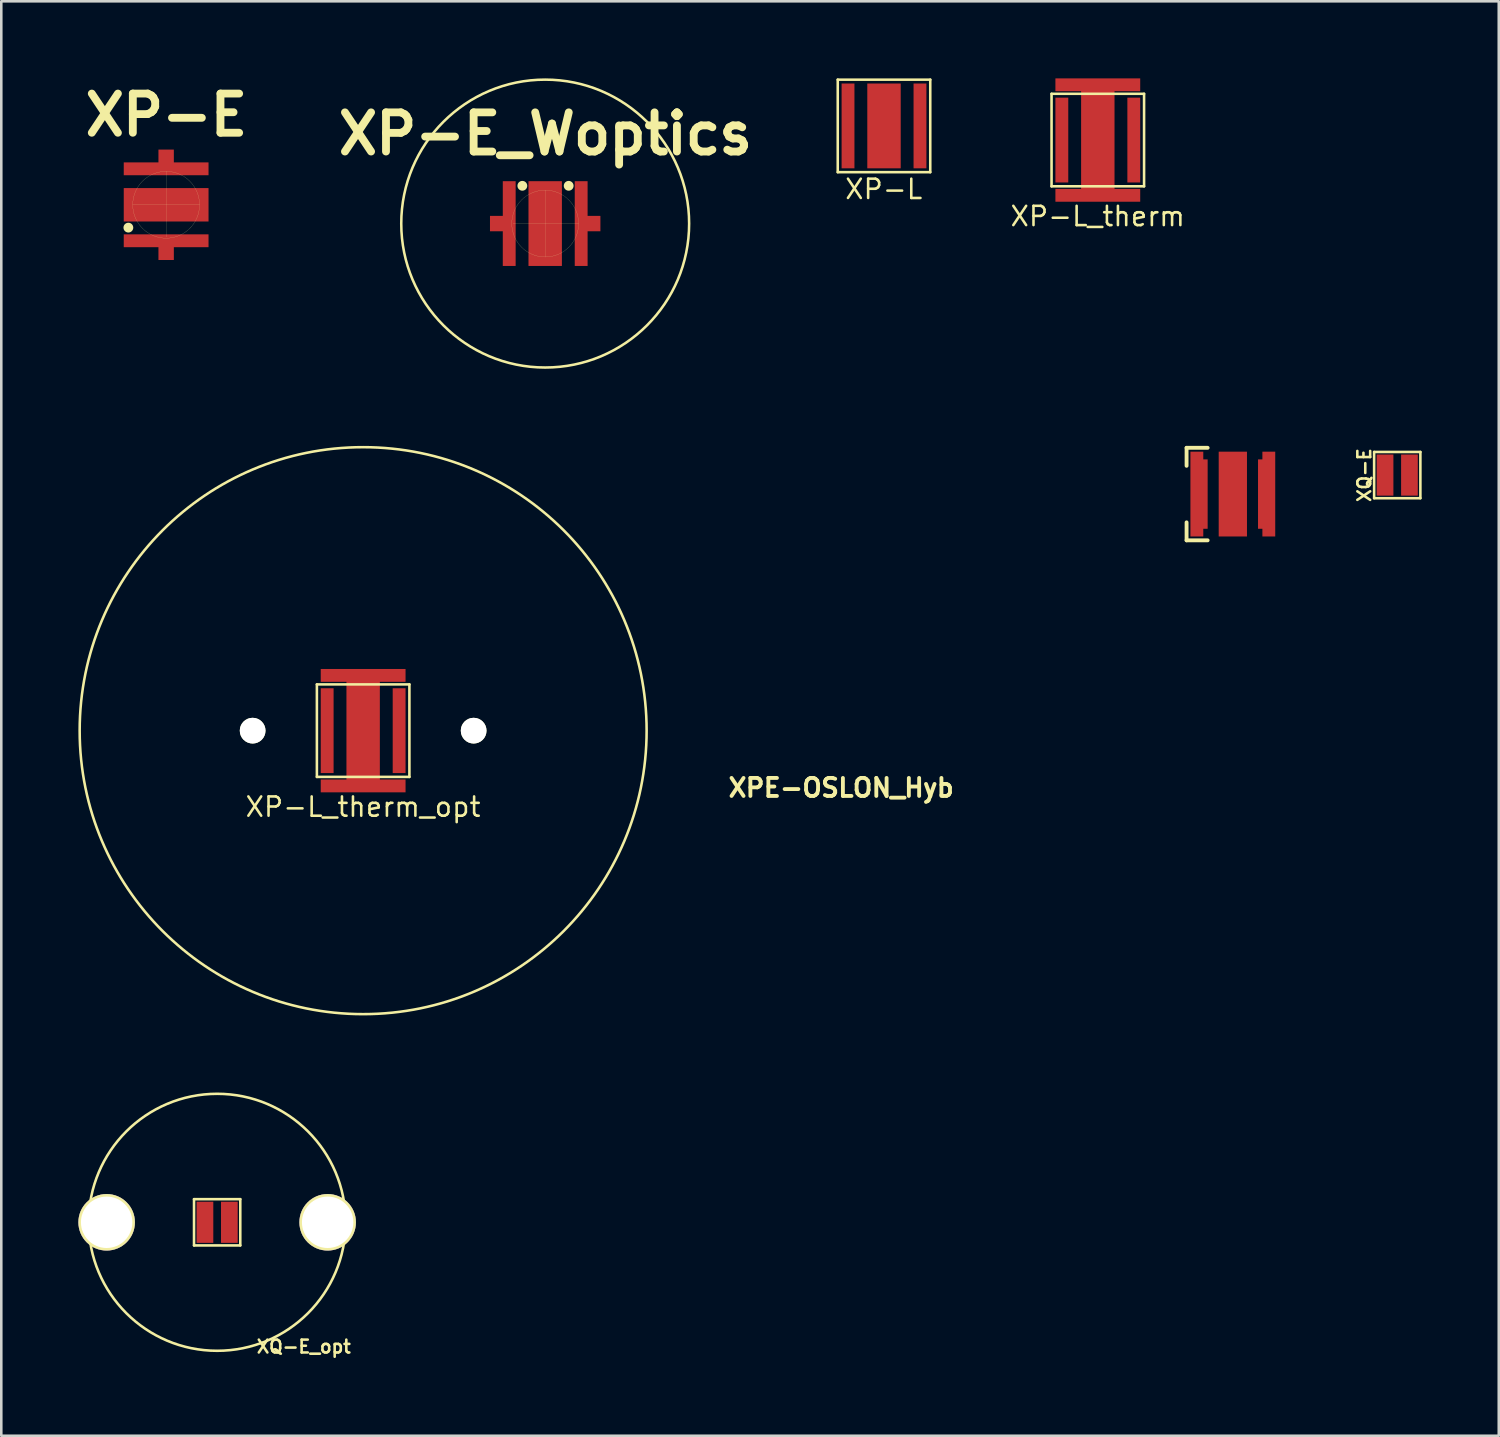
<source format=kicad_pcb>
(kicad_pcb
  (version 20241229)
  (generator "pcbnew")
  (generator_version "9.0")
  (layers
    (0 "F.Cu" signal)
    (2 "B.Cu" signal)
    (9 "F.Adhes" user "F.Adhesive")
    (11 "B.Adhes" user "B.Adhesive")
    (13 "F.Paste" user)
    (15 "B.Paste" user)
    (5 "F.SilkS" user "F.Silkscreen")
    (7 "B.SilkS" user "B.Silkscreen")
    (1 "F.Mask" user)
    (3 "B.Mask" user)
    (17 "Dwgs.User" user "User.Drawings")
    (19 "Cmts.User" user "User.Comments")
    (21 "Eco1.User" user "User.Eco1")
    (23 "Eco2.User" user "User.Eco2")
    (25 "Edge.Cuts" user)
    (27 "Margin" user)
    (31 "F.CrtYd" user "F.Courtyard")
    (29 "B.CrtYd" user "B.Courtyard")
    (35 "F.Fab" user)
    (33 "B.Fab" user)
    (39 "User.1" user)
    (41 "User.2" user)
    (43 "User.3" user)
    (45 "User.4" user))
  (footprint "XP-L_therm"
    (layer "F.Cu")
    (at 39.669 2.4)
    (property "Reference" "XP-L_therm" (at -0.003 2.967 0) (layer "F.SilkS") (effects (font (size 0.75 0.75) (thickness 0.1))))
    (attr through_hole)
    (fp_line (start -1.8 -1.8) (end -1.8 1.8) (stroke (width 0.1) (type solid)) (layer "F.SilkS"))
    (fp_line (start -1.8 -1.8) (end 1.8 -1.8) (stroke (width 0.1) (type solid)) (layer "F.SilkS"))
    (fp_line (start -1.8 1.8) (end 1.8 1.8) (stroke (width 0.1) (type solid)) (layer "F.SilkS"))
    (fp_line (start 1.8 -1.8) (end 1.8 1.8) (stroke (width 0.1) (type solid)) (layer "F.SilkS"))
    (pad "1" smd rect (at -1.4 0) (size 0.5 3.3) (layers "F.Cu" "F.Mask" "F.Paste"))
    (pad "2" smd rect (at 0 -2.15) (size 3.3 0.5) (layers "F.Cu" "F.Mask" "F.Paste"))
    (pad "2" smd rect (at 0 0) (size 1.3 4.4) (layers "F.Cu" "F.Mask" "F.Paste"))
    (pad "2" smd rect (at 0 2.15) (size 3.3 0.5) (layers "F.Cu" "F.Mask" "F.Paste"))
    (pad "3" smd rect (at 1.4 0) (size 0.5 3.3) (layers "F.Cu" "F.Mask" "F.Paste")))
  (footprint "XQ-E"
    (layer "F.Cu")
    (at 51.321 15.437)
    (property "Reference" "XQ-E" (at -1.28 0 90) (layer "F.SilkS") (effects (font (size 0.5 0.5) (thickness 0.1))))
    (attr through_hole)
    (fp_line (start -0.9 -0.9) (end -0.9 0.9) (stroke (width 0.1) (type solid)) (layer "F.SilkS"))
    (fp_line (start -0.9 -0.9) (end 0.9 -0.9) (stroke (width 0.1) (type solid)) (layer "F.SilkS"))
    (fp_line (start 0.9 -0.9) (end 0.9 0.9) (stroke (width 0.1) (type solid)) (layer "F.SilkS"))
    (fp_line (start 0.9 0.9) (end -0.9 0.9) (stroke (width 0.1) (type solid)) (layer "F.SilkS"))
    (pad "1" smd rect (at -0.475 0) (size 0.65 1.6) (layers "F.Cu" "F.Mask" "F.Paste"))
    (pad "2" smd rect (at 0.475 0) (size 0.65 1.6) (layers "F.Cu" "F.Mask" "F.Paste")))
  (footprint "XP-L_therm_opt"
    (layer "F.Cu")
    (at 11.081 25.382)
    (property "Reference" "XP-L_therm_opt" (at -0.003 2.967 0) (layer "F.SilkS") (effects (font (size 0.75 0.75) (thickness 0.1))))
    (attr through_hole)
    (fp_line (start -1.8 -1.8) (end -1.8 1.8) (stroke (width 0.1) (type solid)) (layer "F.SilkS"))
    (fp_line (start -1.8 -1.8) (end 1.8 -1.8) (stroke (width 0.1) (type solid)) (layer "F.SilkS"))
    (fp_line (start -1.8 1.8) (end 1.8 1.8) (stroke (width 0.1) (type solid)) (layer "F.SilkS"))
    (fp_line (start 1.8 -1.8) (end 1.8 1.8) (stroke (width 0.1) (type solid)) (layer "F.SilkS"))
    (fp_circle (center 0 0) (end 7.8 7.8) (stroke (width 0.1) (type solid)) (fill no) (layer "F.SilkS"))
    (pad "" np_thru_hole circle (at -4.3 0) (size 1 1) (drill 1) (layers "*.Cu" "*.Mask" "F.SilkS"))
    (pad "" np_thru_hole circle (at 4.3 0) (size 1 1) (drill 1) (layers "*.Cu" "*.Mask" "F.SilkS"))
    (pad "1" smd rect (at -1.4 0) (size 0.5 3.3) (layers "F.Cu" "F.Mask" "F.Paste"))
    (pad "2" smd rect (at 0 -2.15) (size 3.3 0.5) (layers "F.Cu" "F.Mask" "F.Paste"))
    (pad "2" smd rect (at 0 0) (size 1.3 4.4) (layers "F.Cu" "F.Mask" "F.Paste"))
    (pad "2" smd rect (at 0 2.15) (size 3.3 0.5) (layers "F.Cu" "F.Mask" "F.Paste"))
    (pad "3" smd rect (at 1.4 0) (size 0.5 3.3) (layers "F.Cu" "F.Mask" "F.Paste")))
  (footprint "XQ-E_opt"
    (layer "F.Cu")
    (at 5.4 44.513)
    (property "Reference" "XQ-E_opt" (at 3.371 4.839 0) (layer "F.SilkS") (effects (font (size 0.5 0.5) (thickness 0.1))))
    (attr through_hole)
    (fp_line (start -0.9 -0.9) (end -0.9 0.9) (stroke (width 0.1) (type solid)) (layer "F.SilkS"))
    (fp_line (start -0.9 -0.9) (end 0.9 -0.9) (stroke (width 0.1) (type solid)) (layer "F.SilkS"))
    (fp_line (start 0.9 -0.9) (end 0.9 0.9) (stroke (width 0.1) (type solid)) (layer "F.SilkS"))
    (fp_line (start 0.9 0.9) (end -0.9 0.9) (stroke (width 0.1) (type solid)) (layer "F.SilkS"))
    (fp_circle (center 0 0) (end 5 0) (stroke (width 0.1) (type solid)) (fill no) (layer "F.SilkS"))
    (pad "" np_thru_hole circle (at -4.3 0) (size 2.2 2.2) (drill 2) (layers "*.Cu" "*.Mask" "F.SilkS"))
    (pad "" np_thru_hole circle (at 4.3 0) (size 2.2 2.2) (drill 2) (layers "*.Cu" "*.Mask" "F.SilkS"))
    (pad "1" smd rect (at -0.475 0) (size 0.65 1.6) (layers "F.Cu" "F.Mask" "F.Paste"))
    (pad "2" smd rect (at 0.475 0) (size 0.65 1.6) (layers "F.Cu" "F.Mask" "F.Paste")))
  (footprint "XP-L"
    (layer "F.Cu")
    (at 31.349 1.85)
    (property "Reference" "XP-L" (at -0.01 2.461 0) (layer "F.SilkS") (effects (font (size 0.75 0.75) (thickness 0.1))))
    (attr through_hole)
    (fp_line (start -1.8 -1.8) (end -1.8 1.8) (stroke (width 0.1) (type solid)) (layer "F.SilkS"))
    (fp_line (start -1.8 -1.8) (end 1.8 -1.8) (stroke (width 0.1) (type solid)) (layer "F.SilkS"))
    (fp_line (start -1.8 1.8) (end 1.8 1.8) (stroke (width 0.1) (type solid)) (layer "F.SilkS"))
    (fp_line (start 1.8 -1.8) (end 1.8 1.8) (stroke (width 0.1) (type solid)) (layer "F.SilkS"))
    (pad "1" smd rect (at -1.4 0) (size 0.5 3.3) (layers "F.Cu" "F.Mask" "F.Paste"))
    (pad "2" smd rect (at 0 0) (size 1.3 3.3) (layers "F.Cu" "F.Mask" "F.Paste"))
    (pad "3" smd rect (at 1.4 0) (size 0.5 3.3) (layers "F.Cu" "F.Mask" "F.Paste")))
  (footprint "XP-E"
    (layer "F.Cu")
    (at 3.415 4.919)
    (property "Reference" "XP-E" (at 0.01 -3.493 0) (layer "F.SilkS") (effects (font (size 1.524 1.524) (thickness 0.305))))
    (attr smd)
    (fp_line (start -1.47 0.889) (end -1.47 0.889) (stroke (width 0.381) (type solid)) (layer "F.SilkS"))
    (fp_line (start -1.3 0) (end 1.3 0) (stroke (width 0.005) (type solid)) (layer "F.SilkS"))
    (fp_line (start 0 1.25) (end 0 -1.3) (stroke (width 0.005) (type solid)) (layer "F.SilkS"))
    (fp_circle (center 0 0) (end 0 -1.3) (stroke (width 0.005) (type solid)) (fill no) (layer "F.SilkS"))
    (pad "1" smd rect (at 0 1.4 90) (size 0.5 3.299) (layers "F.Cu" "F.Mask" "F.Paste"))
    (pad "1" smd rect (at 0 1.699 90) (size 0.899 0.599) (layers "F.Cu" "F.Mask" "F.Paste"))
    (pad "2" smd rect (at 0 -1.699 90) (size 0.899 0.599) (layers "F.Cu" "F.Mask" "F.Paste"))
    (pad "2" smd rect (at 0 -1.4 90) (size 0.5 3.299) (layers "F.Cu" "F.Mask" "F.Paste"))
    (pad "3" smd rect (at 0 0 90) (size 1.3 3.299) (layers "F.Cu" "F.Mask" "F.Paste")))
  (footprint "XPE-OSLON_Hyb"
    (layer "F.Cu")
    (at 44.923 16.176)
    (property "Reference" "XPE-OSLON_Hyb" (at -15.24 11.43 0) (layer "F.SilkS") (effects (font (size 0.7 0.7) (thickness 0.15))))
    (attr through_hole)
    (fp_line (start -1.8 -1.8) (end -0.98 -1.8) (stroke (width 0.15) (type solid)) (layer "F.SilkS"))
    (fp_line (start -1.8 -1.1) (end -1.8 -1.8) (stroke (width 0.15) (type solid)) (layer "F.SilkS"))
    (fp_line (start -1.8 1.1) (end -1.8 1.8) (stroke (width 0.15) (type solid)) (layer "F.SilkS"))
    (fp_line (start -1.8 1.8) (end -0.98 1.8) (stroke (width 0.15) (type solid)) (layer "F.SilkS"))
    (pad "1" connect rect (at -1.4 0) (size 0.5 3.3) (layers "F.Cu" "F.Mask"))
    (pad "1" connect rect (at -1.19 0) (size 0.42 2.7) (layers "F.Cu" "F.Mask"))
    (pad "2" connect rect (at 1.19 0) (size 0.42 2.7) (layers "F.Cu" "F.Mask"))
    (pad "2" connect rect (at 1.4 0) (size 0.5 3.3) (layers "F.Cu" "F.Mask"))
    (pad "3" smd rect (at 0 0) (size 1.1 3.3) (layers "F.Cu" "F.Mask")))
  (footprint "XP-E_Woptics"
    (layer "F.Cu")
    (at 18.165 5.65)
    (property "Reference" "XP-E_Woptics" (at 0.01 -3.493 0) (layer "F.SilkS") (effects (font (size 1.524 1.524) (thickness 0.305))))
    (attr smd)
    (fp_line (start -1.25 0) (end 1.3 0) (stroke (width 0.005) (type solid)) (layer "F.SilkS"))
    (fp_line (start -0.889 -1.47) (end -0.889 -1.47) (stroke (width 0.381) (type solid)) (layer "F.SilkS"))
    (fp_line (start 0 -1.3) (end 0 1.3) (stroke (width 0.005) (type solid)) (layer "F.SilkS"))
    (fp_line (start 0.914 -1.47) (end 0.914 -1.47) (stroke (width 0.381) (type solid)) (layer "F.SilkS"))
    (fp_circle (center 0 0) (end 1.3 0) (stroke (width 0.005) (type solid)) (fill no) (layer "F.SilkS"))
    (fp_circle (center 0 0) (end 5.601 -0.051) (stroke (width 0.099) (type solid)) (fill no) (layer "F.SilkS"))
    (pad "1" smd rect (at -1.699 0) (size 0.899 0.599) (layers "F.Cu" "F.Mask" "F.Paste"))
    (pad "1" smd rect (at -1.4 0) (size 0.5 3.299) (layers "F.Cu" "F.Mask" "F.Paste"))
    (pad "2" smd rect (at 1.4 0) (size 0.5 3.299) (layers "F.Cu" "F.Mask" "F.Paste"))
    (pad "2" smd rect (at 1.699 0) (size 0.899 0.599) (layers "F.Cu" "F.Mask" "F.Paste"))
    (pad "3" smd rect (at 0 0) (size 1.3 3.299) (layers "F.Cu" "F.Mask" "F.Paste")))
  (gr_rect
    (start -3 -3)
    (end 55.271 52.819)
    (stroke (width 0.1) (type default))
    (fill no)
    (layer "Edge.Cuts")))
</source>
